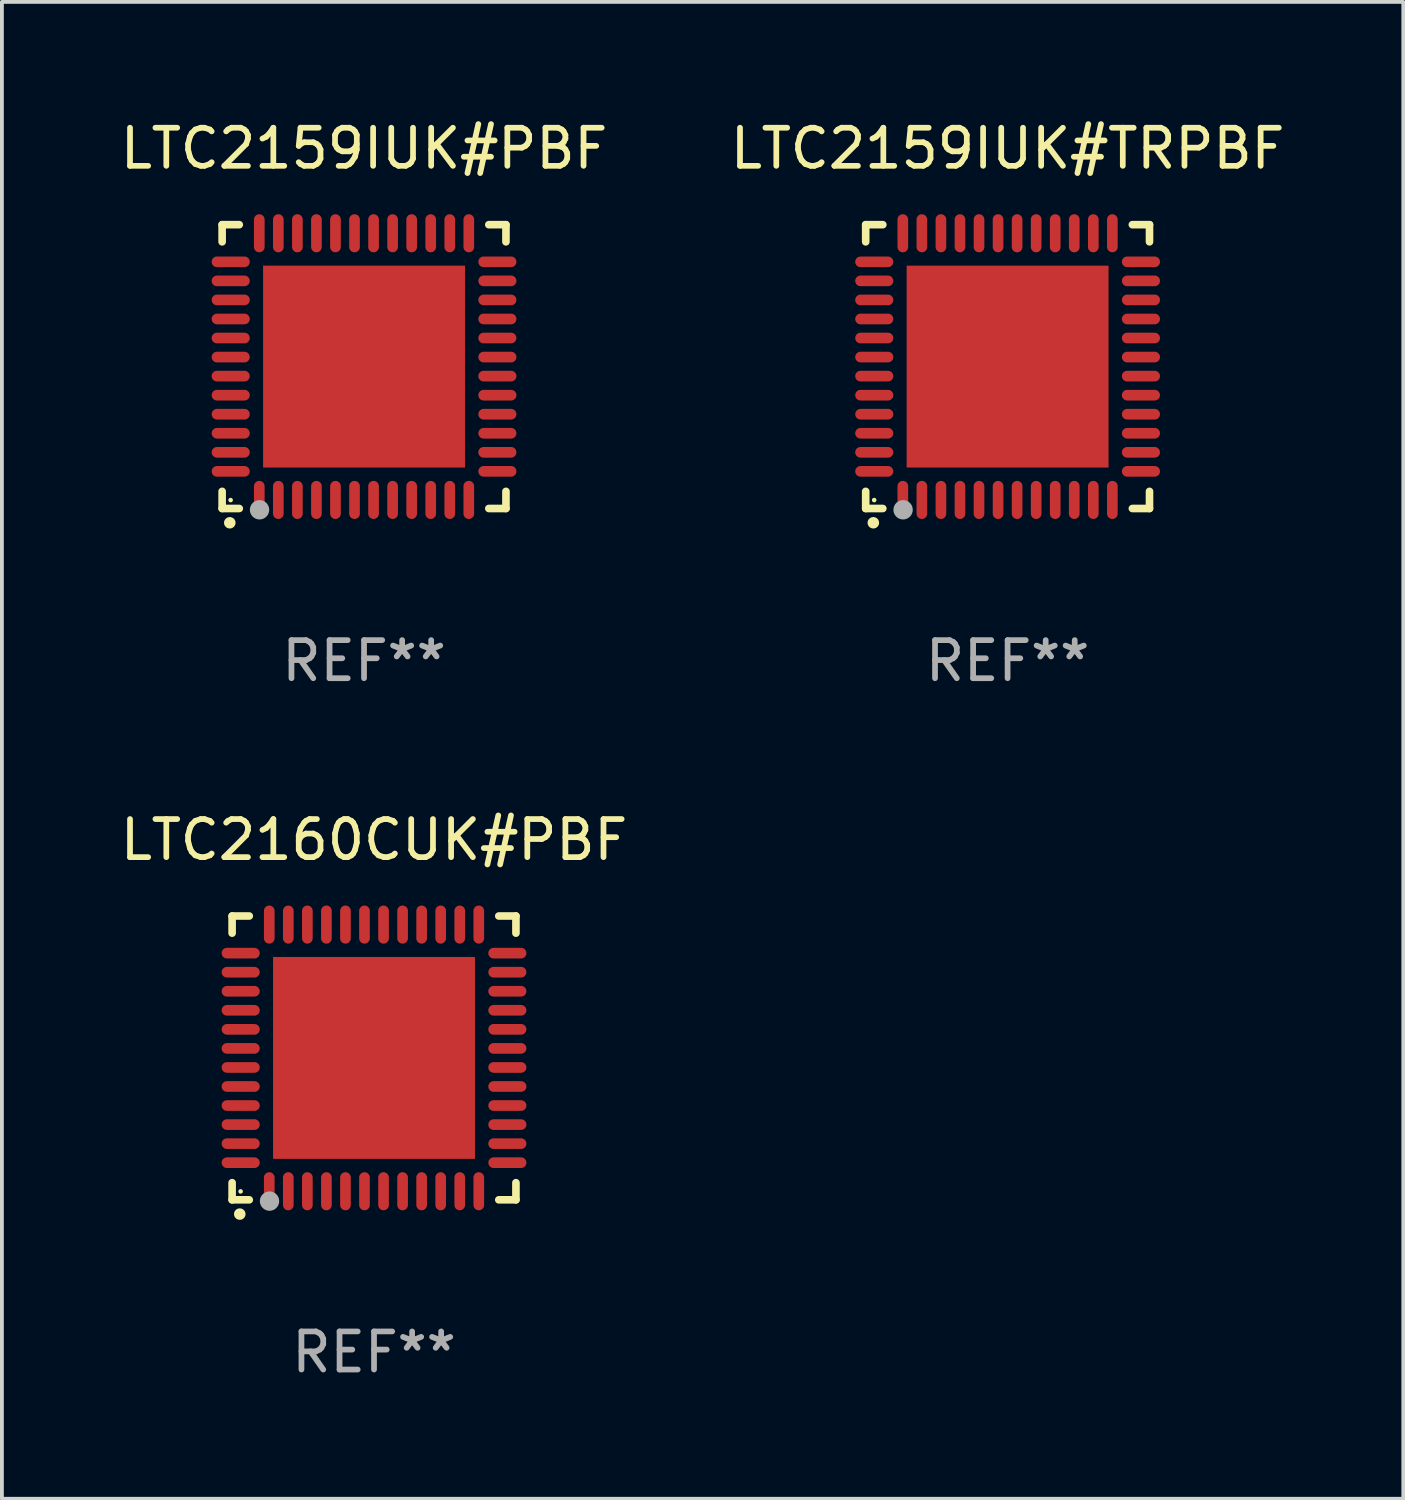
<source format=kicad_pcb>
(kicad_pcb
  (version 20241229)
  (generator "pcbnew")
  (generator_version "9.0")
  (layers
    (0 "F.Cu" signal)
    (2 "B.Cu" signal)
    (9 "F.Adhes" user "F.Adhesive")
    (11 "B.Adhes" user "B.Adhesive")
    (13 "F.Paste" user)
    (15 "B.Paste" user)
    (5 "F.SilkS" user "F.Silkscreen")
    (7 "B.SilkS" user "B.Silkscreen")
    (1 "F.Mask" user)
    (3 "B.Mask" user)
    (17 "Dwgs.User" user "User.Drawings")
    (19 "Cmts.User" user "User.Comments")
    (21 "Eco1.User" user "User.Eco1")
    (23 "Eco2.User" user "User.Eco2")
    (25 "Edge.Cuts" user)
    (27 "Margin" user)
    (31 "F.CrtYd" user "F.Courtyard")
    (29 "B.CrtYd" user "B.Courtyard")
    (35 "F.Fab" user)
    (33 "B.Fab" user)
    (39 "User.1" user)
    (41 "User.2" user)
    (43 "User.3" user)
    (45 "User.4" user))
  (footprint "LTC2160CUK#PBF"
    (layer "F.Cu")
    (at 6.768 24.72)
    (property "Reference" "LTC2160CUK#PBF" (at 0 -5.725 0) (layer "F.SilkS") (effects (font (size 1 1) (thickness 0.15))))
    (attr through_hole)
    (fp_line (start -3.725 -3.725) (end -3.275 -3.725) (stroke (width 0.2) (type solid)) (layer "F.SilkS"))
    (fp_line (start -3.725 -3.275) (end -3.725 -3.725) (stroke (width 0.2) (type solid)) (layer "F.SilkS"))
    (fp_line (start -3.725 3.725) (end -3.725 3.275) (stroke (width 0.2) (type solid)) (layer "F.SilkS"))
    (fp_line (start -3.275 3.725) (end -3.725 3.725) (stroke (width 0.2) (type solid)) (layer "F.SilkS"))
    (fp_line (start 3.275 3.725) (end 3.725 3.725) (stroke (width 0.2) (type solid)) (layer "F.SilkS"))
    (fp_line (start 3.725 -3.725) (end 3.275 -3.725) (stroke (width 0.2) (type solid)) (layer "F.SilkS"))
    (fp_line (start 3.725 -3.275) (end 3.725 -3.725) (stroke (width 0.2) (type solid)) (layer "F.SilkS"))
    (fp_line (start 3.725 3.725) (end 3.725 3.275) (stroke (width 0.2) (type solid)) (layer "F.SilkS"))
    (fp_arc (start -3.525527 4.099568) (mid -3.524257 4.099563) (end -3.522987 4.099568) (stroke (width 0.3) (type solid)) (layer "F.SilkS"))
    (fp_circle (center -3.502 3.504) (end -3.472 3.504) (stroke (width 0.06) (type solid)) (fill no) (layer "F.SilkS"))
    (fp_circle (center -2.743 3.759) (end -2.616 3.759) (stroke (width 0.254) (type solid)) (fill no) (layer "F.Fab"))
    (fp_text user "REF**" (at 0 7.725 0) (layer "F.Fab") (effects (font (size 1 1) (thickness 0.15))))
    (pad "1" smd oval (at -2.75 3.5) (size 0.28 1) (layers "F.Cu" "F.Mask" "F.Paste"))
    (pad "2" smd oval (at -2.25 3.5) (size 0.28 1) (layers "F.Cu" "F.Mask" "F.Paste"))
    (pad "3" smd oval (at -1.75 3.5) (size 0.28 1) (layers "F.Cu" "F.Mask" "F.Paste"))
    (pad "4" smd oval (at -1.25 3.5) (size 0.28 1) (layers "F.Cu" "F.Mask" "F.Paste"))
    (pad "5" smd oval (at -0.75 3.5) (size 0.28 1) (layers "F.Cu" "F.Mask" "F.Paste"))
    (pad "6" smd oval (at -0.25 3.5) (size 0.28 1) (layers "F.Cu" "F.Mask" "F.Paste"))
    (pad "7" smd oval (at 0.25 3.5) (size 0.28 1) (layers "F.Cu" "F.Mask" "F.Paste"))
    (pad "8" smd oval (at 0.75 3.5) (size 0.28 1) (layers "F.Cu" "F.Mask" "F.Paste"))
    (pad "9" smd oval (at 1.25 3.5) (size 0.28 1) (layers "F.Cu" "F.Mask" "F.Paste"))
    (pad "10" smd oval (at 1.75 3.5) (size 0.28 1) (layers "F.Cu" "F.Mask" "F.Paste"))
    (pad "11" smd oval (at 2.25 3.5) (size 0.28 1) (layers "F.Cu" "F.Mask" "F.Paste"))
    (pad "12" smd oval (at 2.75 3.5) (size 0.28 1) (layers "F.Cu" "F.Mask" "F.Paste"))
    (pad "13" smd oval (at 3.5 2.75) (size 1 0.28) (layers "F.Cu" "F.Mask" "F.Paste"))
    (pad "14" smd oval (at 3.5 2.25) (size 1 0.28) (layers "F.Cu" "F.Mask" "F.Paste"))
    (pad "15" smd oval (at 3.5 1.75) (size 1 0.28) (layers "F.Cu" "F.Mask" "F.Paste"))
    (pad "16" smd oval (at 3.5 1.25) (size 1 0.28) (layers "F.Cu" "F.Mask" "F.Paste"))
    (pad "17" smd oval (at 3.5 0.75) (size 1 0.28) (layers "F.Cu" "F.Mask" "F.Paste"))
    (pad "18" smd oval (at 3.5 0.25) (size 1 0.28) (layers "F.Cu" "F.Mask" "F.Paste"))
    (pad "19" smd oval (at 3.5 -0.25) (size 1 0.28) (layers "F.Cu" "F.Mask" "F.Paste"))
    (pad "20" smd oval (at 3.5 -0.75) (size 1 0.28) (layers "F.Cu" "F.Mask" "F.Paste"))
    (pad "21" smd oval (at 3.5 -1.25) (size 1 0.28) (layers "F.Cu" "F.Mask" "F.Paste"))
    (pad "22" smd oval (at 3.5 -1.75) (size 1 0.28) (layers "F.Cu" "F.Mask" "F.Paste"))
    (pad "23" smd oval (at 3.5 -2.25) (size 1 0.28) (layers "F.Cu" "F.Mask" "F.Paste"))
    (pad "24" smd oval (at 3.5 -2.75) (size 1 0.28) (layers "F.Cu" "F.Mask" "F.Paste"))
    (pad "25" smd oval (at 2.75 -3.5) (size 0.28 1) (layers "F.Cu" "F.Mask" "F.Paste"))
    (pad "26" smd oval (at 2.25 -3.5) (size 0.28 1) (layers "F.Cu" "F.Mask" "F.Paste"))
    (pad "27" smd oval (at 1.75 -3.5) (size 0.28 1) (layers "F.Cu" "F.Mask" "F.Paste"))
    (pad "28" smd oval (at 1.25 -3.5) (size 0.28 1) (layers "F.Cu" "F.Mask" "F.Paste"))
    (pad "29" smd oval (at 0.75 -3.5) (size 0.28 1) (layers "F.Cu" "F.Mask" "F.Paste"))
    (pad "30" smd oval (at 0.25 -3.5) (size 0.28 1) (layers "F.Cu" "F.Mask" "F.Paste"))
    (pad "31" smd oval (at -0.25 -3.5) (size 0.28 1) (layers "F.Cu" "F.Mask" "F.Paste"))
    (pad "32" smd oval (at -0.75 -3.5) (size 0.28 1) (layers "F.Cu" "F.Mask" "F.Paste"))
    (pad "33" smd oval (at -1.25 -3.5) (size 0.28 1) (layers "F.Cu" "F.Mask" "F.Paste"))
    (pad "34" smd oval (at -1.75 -3.5) (size 0.28 1) (layers "F.Cu" "F.Mask" "F.Paste"))
    (pad "35" smd oval (at -2.25 -3.5) (size 0.28 1) (layers "F.Cu" "F.Mask" "F.Paste"))
    (pad "36" smd oval (at -2.75 -3.5) (size 0.28 1) (layers "F.Cu" "F.Mask" "F.Paste"))
    (pad "37" smd oval (at -3.5 -2.75) (size 1 0.28) (layers "F.Cu" "F.Mask" "F.Paste"))
    (pad "38" smd oval (at -3.5 -2.25) (size 1 0.28) (layers "F.Cu" "F.Mask" "F.Paste"))
    (pad "39" smd oval (at -3.5 -1.75) (size 1 0.28) (layers "F.Cu" "F.Mask" "F.Paste"))
    (pad "40" smd oval (at -3.5 -1.25) (size 1 0.28) (layers "F.Cu" "F.Mask" "F.Paste"))
    (pad "41" smd oval (at -3.5 -0.75) (size 1 0.28) (layers "F.Cu" "F.Mask" "F.Paste"))
    (pad "42" smd oval (at -3.5 -0.25) (size 1 0.28) (layers "F.Cu" "F.Mask" "F.Paste"))
    (pad "43" smd oval (at -3.5 0.25) (size 1 0.28) (layers "F.Cu" "F.Mask" "F.Paste"))
    (pad "44" smd oval (at -3.5 0.75) (size 1 0.28) (layers "F.Cu" "F.Mask" "F.Paste"))
    (pad "45" smd oval (at -3.5 1.25) (size 1 0.28) (layers "F.Cu" "F.Mask" "F.Paste"))
    (pad "46" smd oval (at -3.5 1.75) (size 1 0.28) (layers "F.Cu" "F.Mask" "F.Paste"))
    (pad "47" smd oval (at -3.5 2.25) (size 1 0.28) (layers "F.Cu" "F.Mask" "F.Paste"))
    (pad "48" smd oval (at -3.5 2.75) (size 1 0.28) (layers "F.Cu" "F.Mask" "F.Paste"))
    (pad "49" smd rect (at 0 0) (size 5.3 5.3) (layers "F.Cu" "F.Mask" "F.Paste")))
  (footprint "LTC2159IUK#PBF"
    (layer "F.Cu")
    (at 6.506 6.573)
    (property "Reference" "LTC2159IUK#PBF" (at 0 -5.725 0) (layer "F.SilkS") (effects (font (size 1 1) (thickness 0.15))))
    (attr through_hole)
    (fp_line (start -3.725 -3.725) (end -3.275 -3.725) (stroke (width 0.2) (type solid)) (layer "F.SilkS"))
    (fp_line (start -3.725 -3.275) (end -3.725 -3.725) (stroke (width 0.2) (type solid)) (layer "F.SilkS"))
    (fp_line (start -3.725 3.725) (end -3.725 3.275) (stroke (width 0.2) (type solid)) (layer "F.SilkS"))
    (fp_line (start -3.275 3.725) (end -3.725 3.725) (stroke (width 0.2) (type solid)) (layer "F.SilkS"))
    (fp_line (start 3.275 3.725) (end 3.725 3.725) (stroke (width 0.2) (type solid)) (layer "F.SilkS"))
    (fp_line (start 3.725 -3.725) (end 3.275 -3.725) (stroke (width 0.2) (type solid)) (layer "F.SilkS"))
    (fp_line (start 3.725 -3.275) (end 3.725 -3.725) (stroke (width 0.2) (type solid)) (layer "F.SilkS"))
    (fp_line (start 3.725 3.725) (end 3.725 3.275) (stroke (width 0.2) (type solid)) (layer "F.SilkS"))
    (fp_arc (start -3.525527 4.099568) (mid -3.524257 4.099563) (end -3.522987 4.099568) (stroke (width 0.3) (type solid)) (layer "F.SilkS"))
    (fp_circle (center -3.502 3.504) (end -3.472 3.504) (stroke (width 0.06) (type solid)) (fill no) (layer "F.SilkS"))
    (fp_circle (center -2.743 3.759) (end -2.616 3.759) (stroke (width 0.254) (type solid)) (fill no) (layer "F.Fab"))
    (fp_text user "REF**" (at 0 7.725 0) (layer "F.Fab") (effects (font (size 1 1) (thickness 0.15))))
    (pad "1" smd oval (at -2.75 3.5) (size 0.28 1) (layers "F.Cu" "F.Mask" "F.Paste"))
    (pad "2" smd oval (at -2.25 3.5) (size 0.28 1) (layers "F.Cu" "F.Mask" "F.Paste"))
    (pad "3" smd oval (at -1.75 3.5) (size 0.28 1) (layers "F.Cu" "F.Mask" "F.Paste"))
    (pad "4" smd oval (at -1.25 3.5) (size 0.28 1) (layers "F.Cu" "F.Mask" "F.Paste"))
    (pad "5" smd oval (at -0.75 3.5) (size 0.28 1) (layers "F.Cu" "F.Mask" "F.Paste"))
    (pad "6" smd oval (at -0.25 3.5) (size 0.28 1) (layers "F.Cu" "F.Mask" "F.Paste"))
    (pad "7" smd oval (at 0.25 3.5) (size 0.28 1) (layers "F.Cu" "F.Mask" "F.Paste"))
    (pad "8" smd oval (at 0.75 3.5) (size 0.28 1) (layers "F.Cu" "F.Mask" "F.Paste"))
    (pad "9" smd oval (at 1.25 3.5) (size 0.28 1) (layers "F.Cu" "F.Mask" "F.Paste"))
    (pad "10" smd oval (at 1.75 3.5) (size 0.28 1) (layers "F.Cu" "F.Mask" "F.Paste"))
    (pad "11" smd oval (at 2.25 3.5) (size 0.28 1) (layers "F.Cu" "F.Mask" "F.Paste"))
    (pad "12" smd oval (at 2.75 3.5) (size 0.28 1) (layers "F.Cu" "F.Mask" "F.Paste"))
    (pad "13" smd oval (at 3.5 2.75) (size 1 0.28) (layers "F.Cu" "F.Mask" "F.Paste"))
    (pad "14" smd oval (at 3.5 2.25) (size 1 0.28) (layers "F.Cu" "F.Mask" "F.Paste"))
    (pad "15" smd oval (at 3.5 1.75) (size 1 0.28) (layers "F.Cu" "F.Mask" "F.Paste"))
    (pad "16" smd oval (at 3.5 1.25) (size 1 0.28) (layers "F.Cu" "F.Mask" "F.Paste"))
    (pad "17" smd oval (at 3.5 0.75) (size 1 0.28) (layers "F.Cu" "F.Mask" "F.Paste"))
    (pad "18" smd oval (at 3.5 0.25) (size 1 0.28) (layers "F.Cu" "F.Mask" "F.Paste"))
    (pad "19" smd oval (at 3.5 -0.25) (size 1 0.28) (layers "F.Cu" "F.Mask" "F.Paste"))
    (pad "20" smd oval (at 3.5 -0.75) (size 1 0.28) (layers "F.Cu" "F.Mask" "F.Paste"))
    (pad "21" smd oval (at 3.5 -1.25) (size 1 0.28) (layers "F.Cu" "F.Mask" "F.Paste"))
    (pad "22" smd oval (at 3.5 -1.75) (size 1 0.28) (layers "F.Cu" "F.Mask" "F.Paste"))
    (pad "23" smd oval (at 3.5 -2.25) (size 1 0.28) (layers "F.Cu" "F.Mask" "F.Paste"))
    (pad "24" smd oval (at 3.5 -2.75) (size 1 0.28) (layers "F.Cu" "F.Mask" "F.Paste"))
    (pad "25" smd oval (at 2.75 -3.5) (size 0.28 1) (layers "F.Cu" "F.Mask" "F.Paste"))
    (pad "26" smd oval (at 2.25 -3.5) (size 0.28 1) (layers "F.Cu" "F.Mask" "F.Paste"))
    (pad "27" smd oval (at 1.75 -3.5) (size 0.28 1) (layers "F.Cu" "F.Mask" "F.Paste"))
    (pad "28" smd oval (at 1.25 -3.5) (size 0.28 1) (layers "F.Cu" "F.Mask" "F.Paste"))
    (pad "29" smd oval (at 0.75 -3.5) (size 0.28 1) (layers "F.Cu" "F.Mask" "F.Paste"))
    (pad "30" smd oval (at 0.25 -3.5) (size 0.28 1) (layers "F.Cu" "F.Mask" "F.Paste"))
    (pad "31" smd oval (at -0.25 -3.5) (size 0.28 1) (layers "F.Cu" "F.Mask" "F.Paste"))
    (pad "32" smd oval (at -0.75 -3.5) (size 0.28 1) (layers "F.Cu" "F.Mask" "F.Paste"))
    (pad "33" smd oval (at -1.25 -3.5) (size 0.28 1) (layers "F.Cu" "F.Mask" "F.Paste"))
    (pad "34" smd oval (at -1.75 -3.5) (size 0.28 1) (layers "F.Cu" "F.Mask" "F.Paste"))
    (pad "35" smd oval (at -2.25 -3.5) (size 0.28 1) (layers "F.Cu" "F.Mask" "F.Paste"))
    (pad "36" smd oval (at -2.75 -3.5) (size 0.28 1) (layers "F.Cu" "F.Mask" "F.Paste"))
    (pad "37" smd oval (at -3.5 -2.75) (size 1 0.28) (layers "F.Cu" "F.Mask" "F.Paste"))
    (pad "38" smd oval (at -3.5 -2.25) (size 1 0.28) (layers "F.Cu" "F.Mask" "F.Paste"))
    (pad "39" smd oval (at -3.5 -1.75) (size 1 0.28) (layers "F.Cu" "F.Mask" "F.Paste"))
    (pad "40" smd oval (at -3.5 -1.25) (size 1 0.28) (layers "F.Cu" "F.Mask" "F.Paste"))
    (pad "41" smd oval (at -3.5 -0.75) (size 1 0.28) (layers "F.Cu" "F.Mask" "F.Paste"))
    (pad "42" smd oval (at -3.5 -0.25) (size 1 0.28) (layers "F.Cu" "F.Mask" "F.Paste"))
    (pad "43" smd oval (at -3.5 0.25) (size 1 0.28) (layers "F.Cu" "F.Mask" "F.Paste"))
    (pad "44" smd oval (at -3.5 0.75) (size 1 0.28) (layers "F.Cu" "F.Mask" "F.Paste"))
    (pad "45" smd oval (at -3.5 1.25) (size 1 0.28) (layers "F.Cu" "F.Mask" "F.Paste"))
    (pad "46" smd oval (at -3.5 1.75) (size 1 0.28) (layers "F.Cu" "F.Mask" "F.Paste"))
    (pad "47" smd oval (at -3.5 2.25) (size 1 0.28) (layers "F.Cu" "F.Mask" "F.Paste"))
    (pad "48" smd oval (at -3.5 2.75) (size 1 0.28) (layers "F.Cu" "F.Mask" "F.Paste"))
    (pad "49" smd rect (at 0 0) (size 5.3 5.3) (layers "F.Cu" "F.Mask" "F.Paste")))
  (footprint "LTC2159IUK#TRPBF"
    (layer "F.Cu")
    (at 23.399 6.573)
    (property "Reference" "LTC2159IUK#TRPBF" (at 0 -5.725 0) (layer "F.SilkS") (effects (font (size 1 1) (thickness 0.15))))
    (attr through_hole)
    (fp_line (start -3.725 -3.725) (end -3.275 -3.725) (stroke (width 0.2) (type solid)) (layer "F.SilkS"))
    (fp_line (start -3.725 -3.275) (end -3.725 -3.725) (stroke (width 0.2) (type solid)) (layer "F.SilkS"))
    (fp_line (start -3.725 3.725) (end -3.725 3.275) (stroke (width 0.2) (type solid)) (layer "F.SilkS"))
    (fp_line (start -3.275 3.725) (end -3.725 3.725) (stroke (width 0.2) (type solid)) (layer "F.SilkS"))
    (fp_line (start 3.275 3.725) (end 3.725 3.725) (stroke (width 0.2) (type solid)) (layer "F.SilkS"))
    (fp_line (start 3.725 -3.725) (end 3.275 -3.725) (stroke (width 0.2) (type solid)) (layer "F.SilkS"))
    (fp_line (start 3.725 -3.275) (end 3.725 -3.725) (stroke (width 0.2) (type solid)) (layer "F.SilkS"))
    (fp_line (start 3.725 3.725) (end 3.725 3.275) (stroke (width 0.2) (type solid)) (layer "F.SilkS"))
    (fp_arc (start -3.525527 4.099568) (mid -3.524257 4.099563) (end -3.522987 4.099568) (stroke (width 0.3) (type solid)) (layer "F.SilkS"))
    (fp_circle (center -3.502 3.504) (end -3.472 3.504) (stroke (width 0.06) (type solid)) (fill no) (layer "F.SilkS"))
    (fp_circle (center -2.743 3.759) (end -2.616 3.759) (stroke (width 0.254) (type solid)) (fill no) (layer "F.Fab"))
    (fp_text user "REF**" (at 0 7.725 0) (layer "F.Fab") (effects (font (size 1 1) (thickness 0.15))))
    (pad "1" smd oval (at -2.75 3.5) (size 0.28 1) (layers "F.Cu" "F.Mask" "F.Paste"))
    (pad "2" smd oval (at -2.25 3.5) (size 0.28 1) (layers "F.Cu" "F.Mask" "F.Paste"))
    (pad "3" smd oval (at -1.75 3.5) (size 0.28 1) (layers "F.Cu" "F.Mask" "F.Paste"))
    (pad "4" smd oval (at -1.25 3.5) (size 0.28 1) (layers "F.Cu" "F.Mask" "F.Paste"))
    (pad "5" smd oval (at -0.75 3.5) (size 0.28 1) (layers "F.Cu" "F.Mask" "F.Paste"))
    (pad "6" smd oval (at -0.25 3.5) (size 0.28 1) (layers "F.Cu" "F.Mask" "F.Paste"))
    (pad "7" smd oval (at 0.25 3.5) (size 0.28 1) (layers "F.Cu" "F.Mask" "F.Paste"))
    (pad "8" smd oval (at 0.75 3.5) (size 0.28 1) (layers "F.Cu" "F.Mask" "F.Paste"))
    (pad "9" smd oval (at 1.25 3.5) (size 0.28 1) (layers "F.Cu" "F.Mask" "F.Paste"))
    (pad "10" smd oval (at 1.75 3.5) (size 0.28 1) (layers "F.Cu" "F.Mask" "F.Paste"))
    (pad "11" smd oval (at 2.25 3.5) (size 0.28 1) (layers "F.Cu" "F.Mask" "F.Paste"))
    (pad "12" smd oval (at 2.75 3.5) (size 0.28 1) (layers "F.Cu" "F.Mask" "F.Paste"))
    (pad "13" smd oval (at 3.5 2.75) (size 1 0.28) (layers "F.Cu" "F.Mask" "F.Paste"))
    (pad "14" smd oval (at 3.5 2.25) (size 1 0.28) (layers "F.Cu" "F.Mask" "F.Paste"))
    (pad "15" smd oval (at 3.5 1.75) (size 1 0.28) (layers "F.Cu" "F.Mask" "F.Paste"))
    (pad "16" smd oval (at 3.5 1.25) (size 1 0.28) (layers "F.Cu" "F.Mask" "F.Paste"))
    (pad "17" smd oval (at 3.5 0.75) (size 1 0.28) (layers "F.Cu" "F.Mask" "F.Paste"))
    (pad "18" smd oval (at 3.5 0.25) (size 1 0.28) (layers "F.Cu" "F.Mask" "F.Paste"))
    (pad "19" smd oval (at 3.5 -0.25) (size 1 0.28) (layers "F.Cu" "F.Mask" "F.Paste"))
    (pad "20" smd oval (at 3.5 -0.75) (size 1 0.28) (layers "F.Cu" "F.Mask" "F.Paste"))
    (pad "21" smd oval (at 3.5 -1.25) (size 1 0.28) (layers "F.Cu" "F.Mask" "F.Paste"))
    (pad "22" smd oval (at 3.5 -1.75) (size 1 0.28) (layers "F.Cu" "F.Mask" "F.Paste"))
    (pad "23" smd oval (at 3.5 -2.25) (size 1 0.28) (layers "F.Cu" "F.Mask" "F.Paste"))
    (pad "24" smd oval (at 3.5 -2.75) (size 1 0.28) (layers "F.Cu" "F.Mask" "F.Paste"))
    (pad "25" smd oval (at 2.75 -3.5) (size 0.28 1) (layers "F.Cu" "F.Mask" "F.Paste"))
    (pad "26" smd oval (at 2.25 -3.5) (size 0.28 1) (layers "F.Cu" "F.Mask" "F.Paste"))
    (pad "27" smd oval (at 1.75 -3.5) (size 0.28 1) (layers "F.Cu" "F.Mask" "F.Paste"))
    (pad "28" smd oval (at 1.25 -3.5) (size 0.28 1) (layers "F.Cu" "F.Mask" "F.Paste"))
    (pad "29" smd oval (at 0.75 -3.5) (size 0.28 1) (layers "F.Cu" "F.Mask" "F.Paste"))
    (pad "30" smd oval (at 0.25 -3.5) (size 0.28 1) (layers "F.Cu" "F.Mask" "F.Paste"))
    (pad "31" smd oval (at -0.25 -3.5) (size 0.28 1) (layers "F.Cu" "F.Mask" "F.Paste"))
    (pad "32" smd oval (at -0.75 -3.5) (size 0.28 1) (layers "F.Cu" "F.Mask" "F.Paste"))
    (pad "33" smd oval (at -1.25 -3.5) (size 0.28 1) (layers "F.Cu" "F.Mask" "F.Paste"))
    (pad "34" smd oval (at -1.75 -3.5) (size 0.28 1) (layers "F.Cu" "F.Mask" "F.Paste"))
    (pad "35" smd oval (at -2.25 -3.5) (size 0.28 1) (layers "F.Cu" "F.Mask" "F.Paste"))
    (pad "36" smd oval (at -2.75 -3.5) (size 0.28 1) (layers "F.Cu" "F.Mask" "F.Paste"))
    (pad "37" smd oval (at -3.5 -2.75) (size 1 0.28) (layers "F.Cu" "F.Mask" "F.Paste"))
    (pad "38" smd oval (at -3.5 -2.25) (size 1 0.28) (layers "F.Cu" "F.Mask" "F.Paste"))
    (pad "39" smd oval (at -3.5 -1.75) (size 1 0.28) (layers "F.Cu" "F.Mask" "F.Paste"))
    (pad "40" smd oval (at -3.5 -1.25) (size 1 0.28) (layers "F.Cu" "F.Mask" "F.Paste"))
    (pad "41" smd oval (at -3.5 -0.75) (size 1 0.28) (layers "F.Cu" "F.Mask" "F.Paste"))
    (pad "42" smd oval (at -3.5 -0.25) (size 1 0.28) (layers "F.Cu" "F.Mask" "F.Paste"))
    (pad "43" smd oval (at -3.5 0.25) (size 1 0.28) (layers "F.Cu" "F.Mask" "F.Paste"))
    (pad "44" smd oval (at -3.5 0.75) (size 1 0.28) (layers "F.Cu" "F.Mask" "F.Paste"))
    (pad "45" smd oval (at -3.5 1.25) (size 1 0.28) (layers "F.Cu" "F.Mask" "F.Paste"))
    (pad "46" smd oval (at -3.5 1.75) (size 1 0.28) (layers "F.Cu" "F.Mask" "F.Paste"))
    (pad "47" smd oval (at -3.5 2.25) (size 1 0.28) (layers "F.Cu" "F.Mask" "F.Paste"))
    (pad "48" smd oval (at -3.5 2.75) (size 1 0.28) (layers "F.Cu" "F.Mask" "F.Paste"))
    (pad "49" smd rect (at 0 0) (size 5.3 5.3) (layers "F.Cu" "F.Mask" "F.Paste")))
  (gr_rect
    (start -3 -3)
    (end 33.786 36.293)
    (stroke (width 0.1) (type default))
    (fill no)
    (layer "Edge.Cuts")))
</source>
